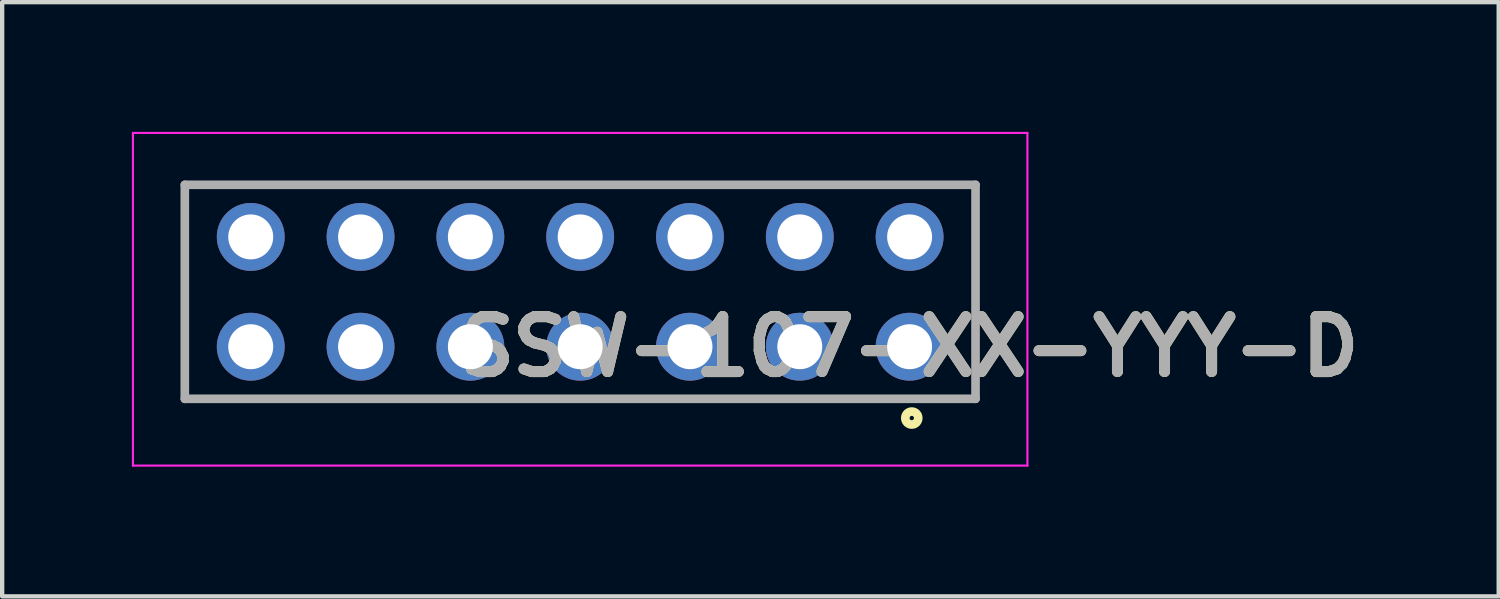
<source format=kicad_pcb>
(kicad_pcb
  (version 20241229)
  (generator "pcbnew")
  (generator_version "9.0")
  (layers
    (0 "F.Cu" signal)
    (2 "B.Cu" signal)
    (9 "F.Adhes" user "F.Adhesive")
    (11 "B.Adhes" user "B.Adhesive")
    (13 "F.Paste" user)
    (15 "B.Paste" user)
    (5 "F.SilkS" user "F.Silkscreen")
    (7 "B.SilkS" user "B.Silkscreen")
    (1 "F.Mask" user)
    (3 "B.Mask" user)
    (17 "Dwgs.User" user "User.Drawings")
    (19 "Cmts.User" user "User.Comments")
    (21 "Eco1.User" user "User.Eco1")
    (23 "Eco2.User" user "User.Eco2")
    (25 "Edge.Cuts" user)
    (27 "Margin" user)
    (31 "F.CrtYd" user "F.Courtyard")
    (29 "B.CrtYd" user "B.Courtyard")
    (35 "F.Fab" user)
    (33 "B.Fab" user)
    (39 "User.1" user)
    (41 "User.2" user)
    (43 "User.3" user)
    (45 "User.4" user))
  (footprint "SSW-107-XX-YYY-D"
    (layer "F.Cu")
    (at 17.99 4.97)
    (property "Reference" "SSW-107-XX-YYY-D" (at 0 0 0) (layer "F.SilkS") (effects (font (size 1.27 1.27) (thickness 0.254))))
    (attr through_hole)
    (fp_line (start -16.765 -3.745) (end 1.525 -3.745) (stroke (width 0.1) (type solid)) (layer "F.SilkS"))
    (fp_line (start -16.765 1.205) (end -16.765 -3.745) (stroke (width 0.1) (type solid)) (layer "F.SilkS"))
    (fp_line (start 1.525 -3.745) (end 1.525 1.205) (stroke (width 0.1) (type solid)) (layer "F.SilkS"))
    (fp_line (start 1.525 1.205) (end -16.765 1.205) (stroke (width 0.1) (type solid)) (layer "F.SilkS"))
    (fp_circle (center 0.05 1.65) (end 0.05 1.7) (stroke (width 0.2) (type solid)) (fill no) (layer "F.SilkS"))
    (fp_line (start -17.965 -4.945) (end 2.725 -4.945) (stroke (width 0.05) (type solid)) (layer "F.CrtYd"))
    (fp_line (start -17.965 2.75) (end -17.965 -4.945) (stroke (width 0.05) (type solid)) (layer "F.CrtYd"))
    (fp_line (start 2.725 -4.945) (end 2.725 2.75) (stroke (width 0.05) (type solid)) (layer "F.CrtYd"))
    (fp_line (start 2.725 2.75) (end -17.965 2.75) (stroke (width 0.05) (type solid)) (layer "F.CrtYd"))
    (fp_line (start -16.765 -3.745) (end 1.525 -3.745) (stroke (width 0.2) (type solid)) (layer "F.Fab"))
    (fp_line (start -16.765 1.205) (end -16.765 -3.745) (stroke (width 0.2) (type solid)) (layer "F.Fab"))
    (fp_line (start 1.525 -3.745) (end 1.525 1.205) (stroke (width 0.2) (type solid)) (layer "F.Fab"))
    (fp_line (start 1.525 1.205) (end -16.765 1.205) (stroke (width 0.2) (type solid)) (layer "F.Fab"))
    (fp_text user "${REFERENCE}" (at 0 0 0) (layer "F.Fab") (effects (font (size 1.27 1.27) (thickness 0.254))))
    (pad "1" thru_hole circle (at 0 0) (size 1.57 1.57) (drill 1.04) (layers "*.Cu" "*.Mask"))
    (pad "2" thru_hole circle (at 0 -2.54) (size 1.57 1.57) (drill 1.04) (layers "*.Cu" "*.Mask"))
    (pad "3" thru_hole circle (at -2.54 0) (size 1.57 1.57) (drill 1.04) (layers "*.Cu" "*.Mask"))
    (pad "4" thru_hole circle (at -2.54 -2.54) (size 1.57 1.57) (drill 1.04) (layers "*.Cu" "*.Mask"))
    (pad "5" thru_hole circle (at -5.08 0) (size 1.57 1.57) (drill 1.04) (layers "*.Cu" "*.Mask"))
    (pad "6" thru_hole circle (at -5.08 -2.54) (size 1.57 1.57) (drill 1.04) (layers "*.Cu" "*.Mask"))
    (pad "7" thru_hole circle (at -7.62 0) (size 1.57 1.57) (drill 1.04) (layers "*.Cu" "*.Mask"))
    (pad "8" thru_hole circle (at -7.62 -2.54) (size 1.57 1.57) (drill 1.04) (layers "*.Cu" "*.Mask"))
    (pad "9" thru_hole circle (at -10.16 0) (size 1.57 1.57) (drill 1.04) (layers "*.Cu" "*.Mask"))
    (pad "10" thru_hole circle (at -10.16 -2.54) (size 1.57 1.57) (drill 1.04) (layers "*.Cu" "*.Mask"))
    (pad "11" thru_hole circle (at -12.7 0) (size 1.57 1.57) (drill 1.04) (layers "*.Cu" "*.Mask"))
    (pad "12" thru_hole circle (at -12.7 -2.54) (size 1.57 1.57) (drill 1.04) (layers "*.Cu" "*.Mask"))
    (pad "13" thru_hole circle (at -15.24 0) (size 1.57 1.57) (drill 1.04) (layers "*.Cu" "*.Mask"))
    (pad "14" thru_hole circle (at -15.24 -2.54) (size 1.57 1.57) (drill 1.04) (layers "*.Cu" "*.Mask")))
  (gr_rect
    (start -3 -3)
    (end 31.616 10.745)
    (stroke (width 0.1) (type default))
    (fill no)
    (layer "Edge.Cuts")))
</source>
